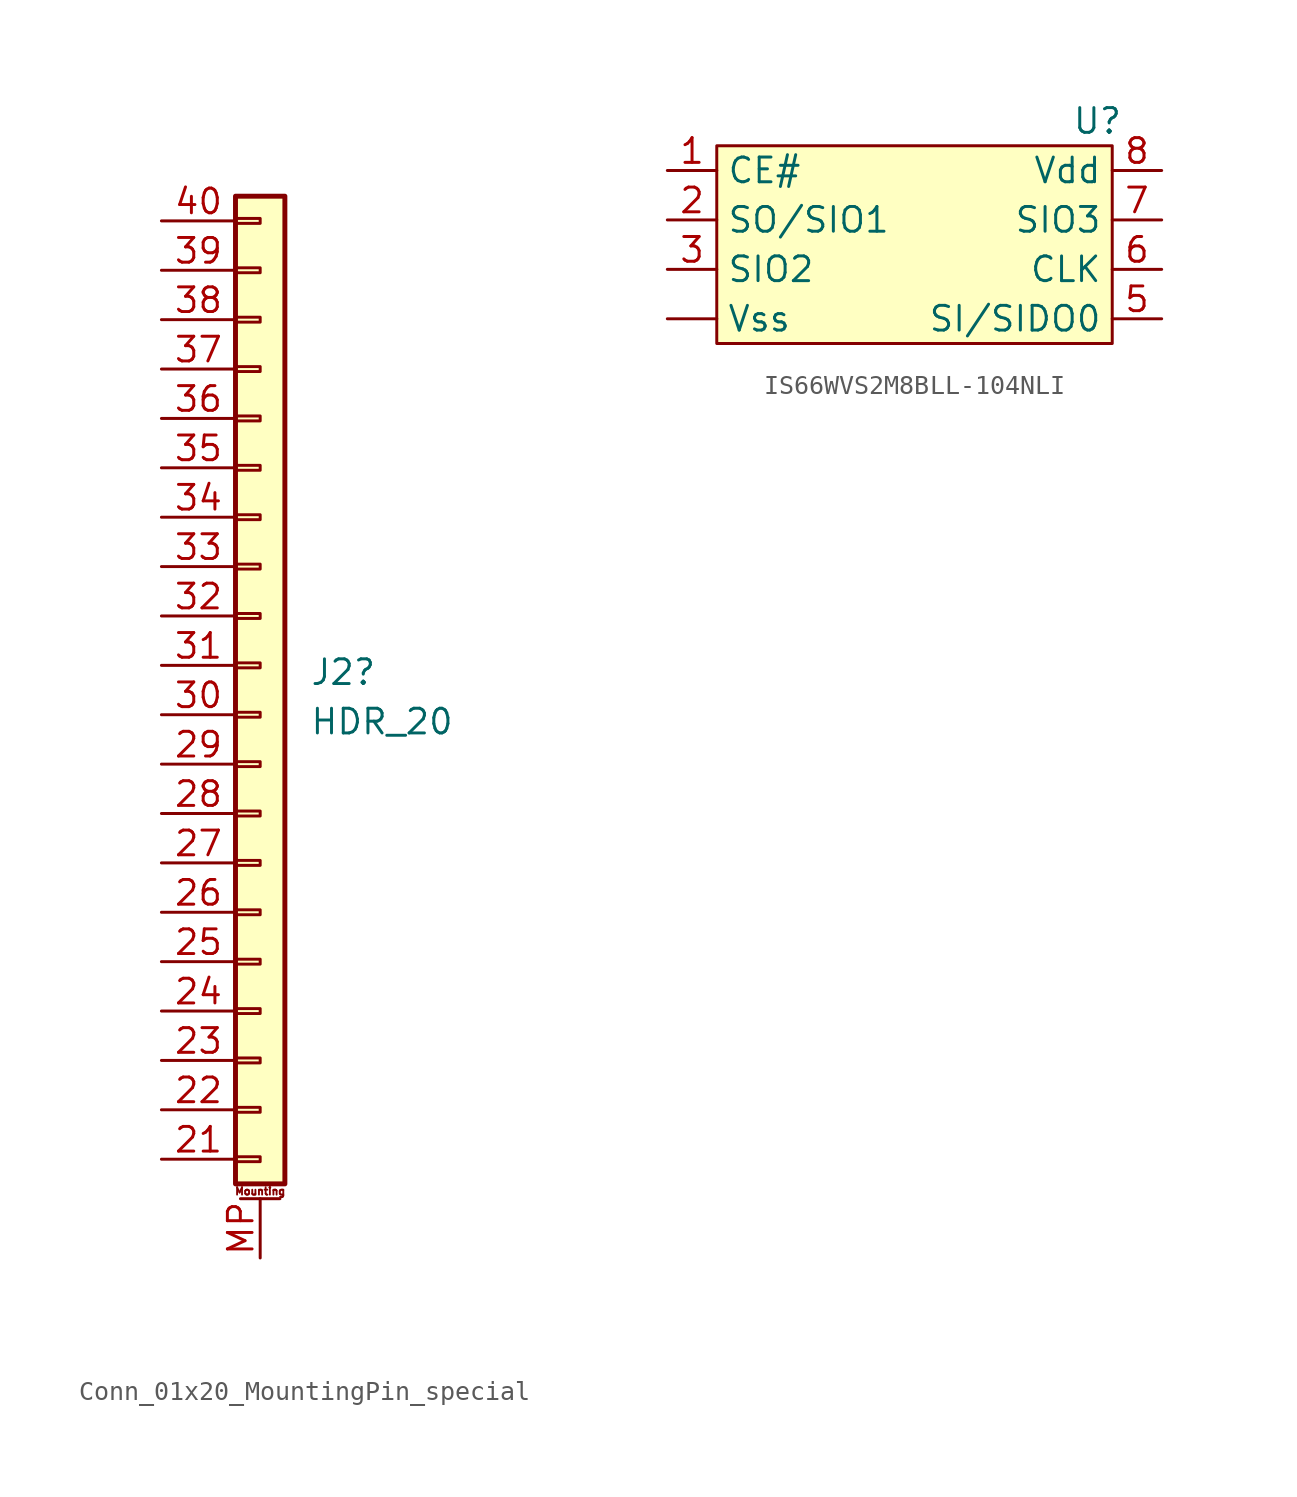
<source format=kicad_sym>
(kicad_symbol_lib
  (version 20241209)
  (generator "kicad_symbol_editor")
  (generator_version "9.0")
  (symbol "Conn_01x20_MountingPin_special"
    (pin_names
      (offset 1.016)
      (hide yes))
    (property "Reference" "J2"
      (at 2.54 -0.355 0)
      (effects (font (size 1.27 1.27)) (justify left)))
    (property "Value" "HDR_20"
      (at 2.54 -2.896 0)
      (effects (font (size 1.27 1.27)) (justify left)))
    (symbol "Conn_01x20_MountingPin_special_1_1"
      (rectangle (start -1.27 24.13) (end 1.27 -26.67) (stroke (width 0.254) (type default)) (fill (type background)))
      (rectangle (start -1.27 22.987) (end 0 22.733) (stroke (width 0.152) (type default)) (fill (type none)))
      (rectangle (start -1.27 20.447) (end 0 20.193) (stroke (width 0.152) (type default)) (fill (type none)))
      (rectangle (start -1.27 17.907) (end 0 17.653) (stroke (width 0.152) (type default)) (fill (type none)))
      (rectangle (start -1.27 15.367) (end 0 15.113) (stroke (width 0.152) (type default)) (fill (type none)))
      (rectangle (start -1.27 12.827) (end 0 12.573) (stroke (width 0.152) (type default)) (fill (type none)))
      (rectangle (start -1.27 10.287) (end 0 10.033) (stroke (width 0.152) (type default)) (fill (type none)))
      (rectangle (start -1.27 7.747) (end 0 7.493) (stroke (width 0.152) (type default)) (fill (type none)))
      (rectangle (start -1.27 5.207) (end 0 4.953) (stroke (width 0.152) (type default)) (fill (type none)))
      (rectangle (start -1.27 2.667) (end 0 2.413) (stroke (width 0.152) (type default)) (fill (type none)))
      (rectangle (start -1.27 0.127) (end 0 -0.127) (stroke (width 0.152) (type default)) (fill (type none)))
      (rectangle (start -1.27 -2.413) (end 0 -2.667) (stroke (width 0.152) (type default)) (fill (type none)))
      (rectangle (start -1.27 -4.953) (end 0 -5.207) (stroke (width 0.152) (type default)) (fill (type none)))
      (rectangle (start -1.27 -7.493) (end 0 -7.747) (stroke (width 0.152) (type default)) (fill (type none)))
      (rectangle (start -1.27 -10.033) (end 0 -10.287) (stroke (width 0.152) (type default)) (fill (type none)))
      (rectangle (start -1.27 -12.573) (end 0 -12.827) (stroke (width 0.152) (type default)) (fill (type none)))
      (rectangle (start -1.27 -15.113) (end 0 -15.367) (stroke (width 0.152) (type default)) (fill (type none)))
      (rectangle (start -1.27 -17.653) (end 0 -17.907) (stroke (width 0.152) (type default)) (fill (type none)))
      (rectangle (start -1.27 -20.193) (end 0 -20.447) (stroke (width 0.152) (type default)) (fill (type none)))
      (rectangle (start -1.27 -22.733) (end 0 -22.987) (stroke (width 0.152) (type default)) (fill (type none)))
      (rectangle (start -1.27 -25.273) (end 0 -25.527) (stroke (width 0.152) (type default)) (fill (type none)))
      (polyline (pts (xy -1.016 -27.432) (xy 1.016 -27.432)) (stroke (width 0.152) (type default)) (fill (type none)))
      (text "Mounting" (at 0 -27.051 0) (effects (font (size 0.381 0.381))))
      (pin passive line (at -5.08 22.86 0) (length 3.81) (name "Pin_40" (effects (font (size 1.27 1.27)))) (number "40" (effects (font (size 1.27 1.27)))))
      (pin passive line (at -5.08 20.32 0) (length 3.81) (name "Pin_39" (effects (font (size 1.27 1.27)))) (number "39" (effects (font (size 1.27 1.27)))))
      (pin passive line (at -5.08 17.78 0) (length 3.81) (name "Pin_38" (effects (font (size 1.27 1.27)))) (number "38" (effects (font (size 1.27 1.27)))))
      (pin passive line (at -5.08 15.24 0) (length 3.81) (name "Pin_37" (effects (font (size 1.27 1.27)))) (number "37" (effects (font (size 1.27 1.27)))))
      (pin passive line (at -5.08 12.7 0) (length 3.81) (name "Pin_36" (effects (font (size 1.27 1.27)))) (number "36" (effects (font (size 1.27 1.27)))))
      (pin passive line (at -5.08 10.16 0) (length 3.81) (name "Pin_35" (effects (font (size 1.27 1.27)))) (number "35" (effects (font (size 1.27 1.27)))))
      (pin passive line (at -5.08 7.62 0) (length 3.81) (name "Pin_34" (effects (font (size 1.27 1.27)))) (number "34" (effects (font (size 1.27 1.27)))))
      (pin passive line (at -5.08 5.08 0) (length 3.81) (name "Pin_33" (effects (font (size 1.27 1.27)))) (number "33" (effects (font (size 1.27 1.27)))))
      (pin passive line (at -5.08 2.54 0) (length 3.81) (name "Pin_32" (effects (font (size 1.27 1.27)))) (number "32" (effects (font (size 1.27 1.27)))))
      (pin passive line (at -5.08 0 0) (length 3.81) (name "Pin_31" (effects (font (size 1.27 1.27)))) (number "31" (effects (font (size 1.27 1.27)))))
      (pin passive line (at -5.08 -2.54 0) (length 3.81) (name "Pin_30" (effects (font (size 1.27 1.27)))) (number "30" (effects (font (size 1.27 1.27)))))
      (pin passive line (at -5.08 -5.08 0) (length 3.81) (name "Pin_29" (effects (font (size 1.27 1.27)))) (number "29" (effects (font (size 1.27 1.27)))))
      (pin passive line (at -5.08 -7.62 0) (length 3.81) (name "Pin_28" (effects (font (size 1.27 1.27)))) (number "28" (effects (font (size 1.27 1.27)))))
      (pin passive line (at -5.08 -10.16 0) (length 3.81) (name "Pin_27" (effects (font (size 1.27 1.27)))) (number "27" (effects (font (size 1.27 1.27)))))
      (pin passive line (at -5.08 -12.7 0) (length 3.81) (name "Pin_26" (effects (font (size 1.27 1.27)))) (number "26" (effects (font (size 1.27 1.27)))))
      (pin passive line (at -5.08 -15.24 0) (length 3.81) (name "Pin_25" (effects (font (size 1.27 1.27)))) (number "25" (effects (font (size 1.27 1.27)))))
      (pin passive line (at -5.08 -17.78 0) (length 3.81) (name "Pin_24" (effects (font (size 1.27 1.27)))) (number "24" (effects (font (size 1.27 1.27)))))
      (pin passive line (at -5.08 -20.32 0) (length 3.81) (name "Pin_18" (effects (font (size 1.27 1.27)))) (number "23" (effects (font (size 1.27 1.27)))))
      (pin passive line (at -5.08 -22.86 0) (length 3.81) (name "Pin_19" (effects (font (size 1.27 1.27)))) (number "22" (effects (font (size 1.27 1.27)))))
      (pin passive line (at -5.08 -25.4 0) (length 3.81) (name "Pin_20" (effects (font (size 1.27 1.27)))) (number "21" (effects (font (size 1.27 1.27)))))
      (pin passive line (at 0 -30.48 90) (length 3.048) (name "MountPin" (effects (font (size 1.27 1.27)))) (number "MP" (effects (font (size 1.27 1.27)))))))
  (symbol "IS66WVS2M8BLL-104NLI"
    (property "Reference" "U"
      (at 15.748 3.81 0)
      (effects (font (size 1.27 1.27))))
    (property "Value" ""
      (at 0 0 0)
      (effects (font (size 1.27 1.27))))
    (property "ki_locked" ""
      (at 0 0 0)
      (effects (font (size 1.27 1.27))))
    (symbol "IS66WVS2M8BLL-104NLI_1_1"
      (rectangle (start -3.81 2.54) (end 16.51 -7.62) (stroke (width 0) (type solid)) (fill (type background)))
      (pin input line (at -6.35 1.27 0) (length 2.54) (name "CE#" (effects (font (size 1.27 1.27)))) (number "1" (effects (font (size 1.27 1.27)))))
      (pin input line (at -6.35 -1.27 0) (length 2.54) (name "SO/SIO1" (effects (font (size 1.27 1.27)))) (number "2" (effects (font (size 1.27 1.27)))))
      (pin input line (at -6.35 -3.81 0) (length 2.54) (name "SIO2" (effects (font (size 1.27 1.27)))) (number "3" (effects (font (size 1.27 1.27)))))
      (pin input line (at -6.35 -6.35 0) (length 2.54) (name "Vss" (effects (font (size 1.27 1.27)))) (number "" (effects (font (size 1.27 1.27)))))
      (pin input line (at 19.05 1.27 180) (length 2.54) (name "Vdd" (effects (font (size 1.27 1.27)))) (number "8" (effects (font (size 1.27 1.27)))))
      (pin input line (at 19.05 -1.27 180) (length 2.54) (name "SIO3" (effects (font (size 1.27 1.27)))) (number "7" (effects (font (size 1.27 1.27)))))
      (pin input line (at 19.05 -3.81 180) (length 2.54) (name "CLK" (effects (font (size 1.27 1.27)))) (number "6" (effects (font (size 1.27 1.27)))))
      (pin input line (at 19.05 -6.35 180) (length 2.54) (name "SI/SIDO0" (effects (font (size 1.27 1.27)))) (number "5" (effects (font (size 1.27 1.27))))))))
</source>
